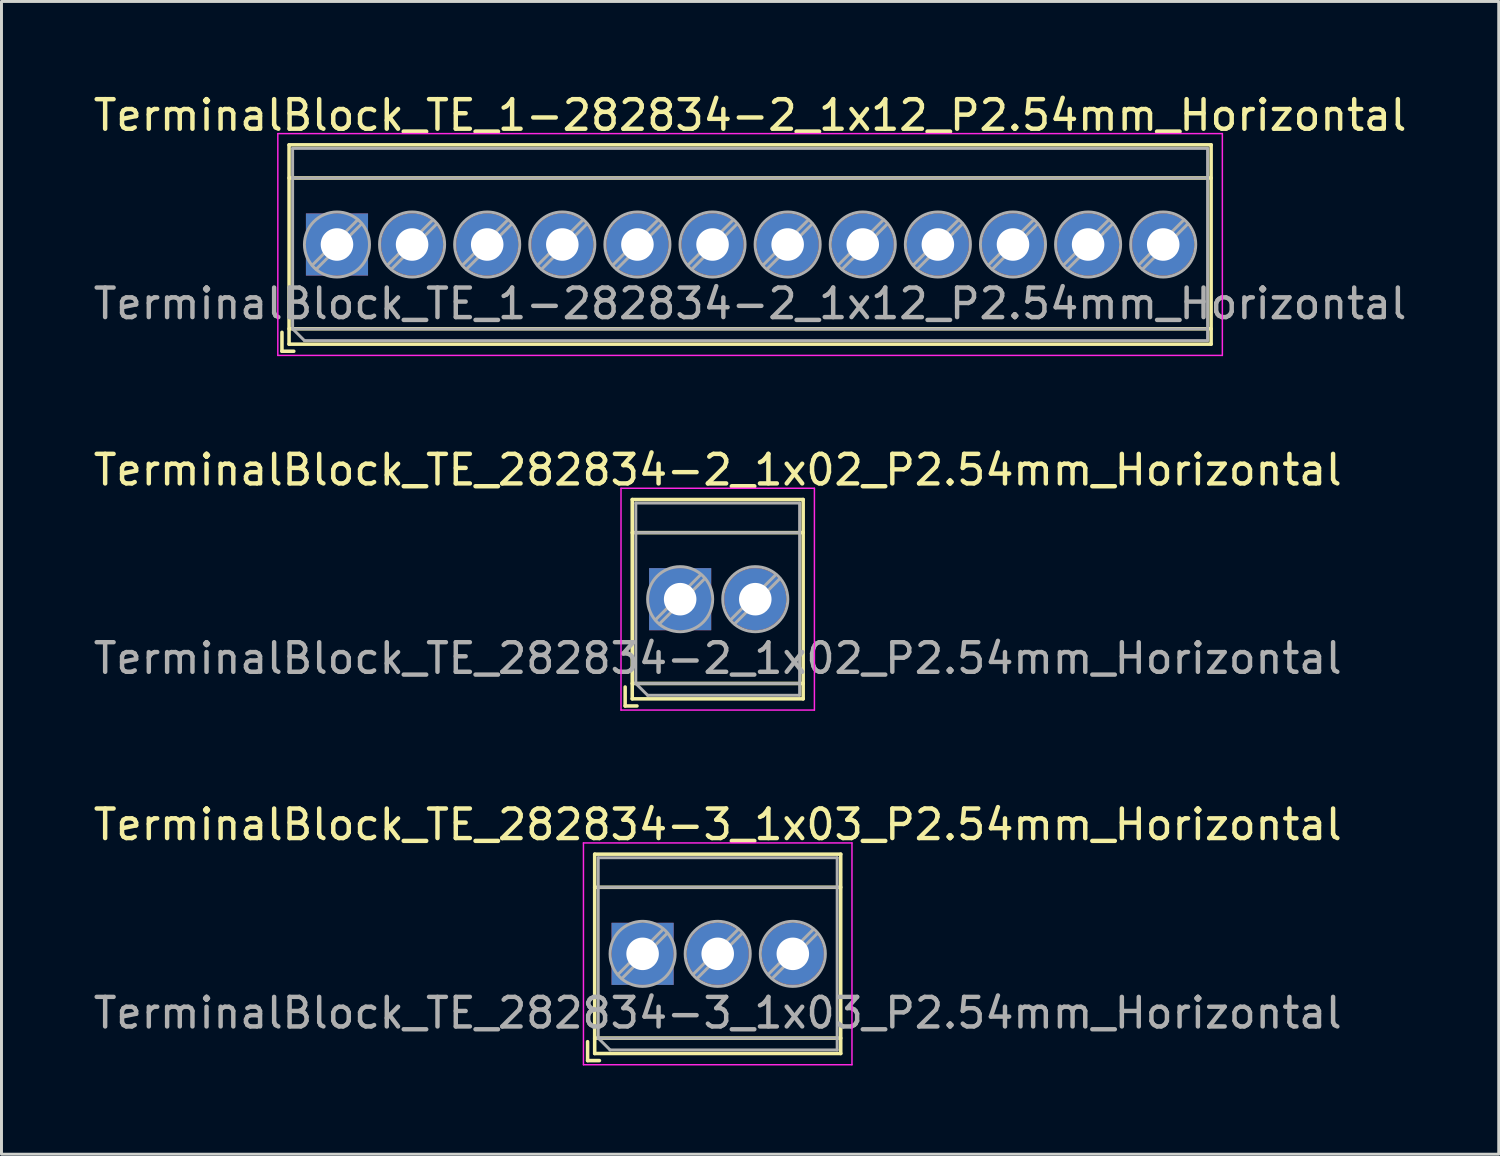
<source format=kicad_pcb>
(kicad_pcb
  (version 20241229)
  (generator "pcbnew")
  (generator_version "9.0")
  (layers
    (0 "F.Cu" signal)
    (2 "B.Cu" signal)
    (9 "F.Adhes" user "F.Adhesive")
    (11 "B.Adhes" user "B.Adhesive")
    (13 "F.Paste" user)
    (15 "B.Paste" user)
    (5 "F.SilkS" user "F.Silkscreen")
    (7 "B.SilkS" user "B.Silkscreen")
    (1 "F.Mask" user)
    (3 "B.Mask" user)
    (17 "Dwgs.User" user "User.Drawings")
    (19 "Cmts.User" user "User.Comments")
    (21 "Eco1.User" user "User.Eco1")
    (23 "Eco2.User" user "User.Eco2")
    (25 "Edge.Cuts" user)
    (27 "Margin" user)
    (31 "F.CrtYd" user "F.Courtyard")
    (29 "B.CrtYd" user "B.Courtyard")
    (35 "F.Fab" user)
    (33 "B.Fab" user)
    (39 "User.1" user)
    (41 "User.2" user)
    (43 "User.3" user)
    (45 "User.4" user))
  (footprint "TerminalBlock_TE_1-282834-2_1x12_P2.54mm_Horizontal"
    (layer "F.Cu")
    (at 8.345 5.218)
    (property "Reference" "TerminalBlock_TE_1-282834-2_1x12_P2.54mm_Horizontal" (at 13.97 -4.37 0) (layer "F.SilkS") (effects (font (size 1 1) (thickness 0.15))))
    (attr through_hole)
    (fp_line (start -1.86 2.97) (end -1.86 3.61) (stroke (width 0.12) (type solid)) (layer "F.SilkS"))
    (fp_line (start -1.86 3.61) (end -1.46 3.61) (stroke (width 0.12) (type solid)) (layer "F.SilkS"))
    (fp_line (start -1.62 -3.37) (end -1.62 3.37) (stroke (width 0.12) (type solid)) (layer "F.SilkS"))
    (fp_line (start -1.62 -3.37) (end 29.56 -3.37) (stroke (width 0.12) (type solid)) (layer "F.SilkS"))
    (fp_line (start -1.62 -2.25) (end 29.56 -2.25) (stroke (width 0.12) (type solid)) (layer "F.SilkS"))
    (fp_line (start -1.62 2.85) (end 29.56 2.85) (stroke (width 0.12) (type solid)) (layer "F.SilkS"))
    (fp_line (start -1.62 3.37) (end 29.56 3.37) (stroke (width 0.12) (type solid)) (layer "F.SilkS"))
    (fp_line (start 29.56 -3.37) (end 29.56 3.37) (stroke (width 0.12) (type solid)) (layer "F.SilkS"))
    (fp_line (start -2 -3.75) (end -2 3.75) (stroke (width 0.05) (type solid)) (layer "F.CrtYd"))
    (fp_line (start -2 3.75) (end 29.94 3.75) (stroke (width 0.05) (type solid)) (layer "F.CrtYd"))
    (fp_line (start 29.94 -3.75) (end -2 -3.75) (stroke (width 0.05) (type solid)) (layer "F.CrtYd"))
    (fp_line (start 29.94 3.75) (end 29.94 -3.75) (stroke (width 0.05) (type solid)) (layer "F.CrtYd"))
    (fp_line (start -1.5 -3.25) (end 29.44 -3.25) (stroke (width 0.1) (type solid)) (layer "F.Fab"))
    (fp_line (start -1.5 -2.25) (end 29.44 -2.25) (stroke (width 0.1) (type solid)) (layer "F.Fab"))
    (fp_line (start -1.5 2.85) (end -1.5 -3.25) (stroke (width 0.1) (type solid)) (layer "F.Fab"))
    (fp_line (start -1.5 2.85) (end 29.44 2.85) (stroke (width 0.1) (type solid)) (layer "F.Fab"))
    (fp_line (start -1.1 3.25) (end -1.5 2.85) (stroke (width 0.1) (type solid)) (layer "F.Fab"))
    (fp_line (start 0.701 -0.835) (end -0.835 0.7) (stroke (width 0.1) (type solid)) (layer "F.Fab"))
    (fp_line (start 0.835 -0.7) (end -0.701 0.835) (stroke (width 0.1) (type solid)) (layer "F.Fab"))
    (fp_line (start 3.241 -0.835) (end 1.706 0.7) (stroke (width 0.1) (type solid)) (layer "F.Fab"))
    (fp_line (start 3.375 -0.7) (end 1.84 0.835) (stroke (width 0.1) (type solid)) (layer "F.Fab"))
    (fp_line (start 5.781 -0.835) (end 4.246 0.7) (stroke (width 0.1) (type solid)) (layer "F.Fab"))
    (fp_line (start 5.915 -0.7) (end 4.38 0.835) (stroke (width 0.1) (type solid)) (layer "F.Fab"))
    (fp_line (start 8.321 -0.835) (end 6.786 0.7) (stroke (width 0.1) (type solid)) (layer "F.Fab"))
    (fp_line (start 8.455 -0.7) (end 6.92 0.835) (stroke (width 0.1) (type solid)) (layer "F.Fab"))
    (fp_line (start 10.861 -0.835) (end 9.326 0.7) (stroke (width 0.1) (type solid)) (layer "F.Fab"))
    (fp_line (start 10.995 -0.7) (end 9.46 0.835) (stroke (width 0.1) (type solid)) (layer "F.Fab"))
    (fp_line (start 13.401 -0.835) (end 11.866 0.7) (stroke (width 0.1) (type solid)) (layer "F.Fab"))
    (fp_line (start 13.535 -0.7) (end 12 0.835) (stroke (width 0.1) (type solid)) (layer "F.Fab"))
    (fp_line (start 15.941 -0.835) (end 14.406 0.7) (stroke (width 0.1) (type solid)) (layer "F.Fab"))
    (fp_line (start 16.075 -0.7) (end 14.54 0.835) (stroke (width 0.1) (type solid)) (layer "F.Fab"))
    (fp_line (start 18.481 -0.835) (end 16.946 0.7) (stroke (width 0.1) (type solid)) (layer "F.Fab"))
    (fp_line (start 18.615 -0.7) (end 17.08 0.835) (stroke (width 0.1) (type solid)) (layer "F.Fab"))
    (fp_line (start 21.021 -0.835) (end 19.486 0.7) (stroke (width 0.1) (type solid)) (layer "F.Fab"))
    (fp_line (start 21.155 -0.7) (end 19.62 0.835) (stroke (width 0.1) (type solid)) (layer "F.Fab"))
    (fp_line (start 23.561 -0.835) (end 22.026 0.7) (stroke (width 0.1) (type solid)) (layer "F.Fab"))
    (fp_line (start 23.695 -0.7) (end 22.16 0.835) (stroke (width 0.1) (type solid)) (layer "F.Fab"))
    (fp_line (start 26.101 -0.835) (end 24.566 0.7) (stroke (width 0.1) (type solid)) (layer "F.Fab"))
    (fp_line (start 26.235 -0.7) (end 24.7 0.835) (stroke (width 0.1) (type solid)) (layer "F.Fab"))
    (fp_line (start 28.641 -0.835) (end 27.106 0.7) (stroke (width 0.1) (type solid)) (layer "F.Fab"))
    (fp_line (start 28.775 -0.7) (end 27.24 0.835) (stroke (width 0.1) (type solid)) (layer "F.Fab"))
    (fp_line (start 29.44 -3.25) (end 29.44 3.25) (stroke (width 0.1) (type solid)) (layer "F.Fab"))
    (fp_line (start 29.44 3.25) (end -1.1 3.25) (stroke (width 0.1) (type solid)) (layer "F.Fab"))
    (fp_circle (center 0 0) (end 1.1 0) (stroke (width 0.1) (type solid)) (fill no) (layer "F.Fab"))
    (fp_circle (center 2.54 0) (end 3.64 0) (stroke (width 0.1) (type solid)) (fill no) (layer "F.Fab"))
    (fp_circle (center 5.08 0) (end 6.18 0) (stroke (width 0.1) (type solid)) (fill no) (layer "F.Fab"))
    (fp_circle (center 7.62 0) (end 8.72 0) (stroke (width 0.1) (type solid)) (fill no) (layer "F.Fab"))
    (fp_circle (center 10.16 0) (end 11.26 0) (stroke (width 0.1) (type solid)) (fill no) (layer "F.Fab"))
    (fp_circle (center 12.7 0) (end 13.8 0) (stroke (width 0.1) (type solid)) (fill no) (layer "F.Fab"))
    (fp_circle (center 15.24 0) (end 16.34 0) (stroke (width 0.1) (type solid)) (fill no) (layer "F.Fab"))
    (fp_circle (center 17.78 0) (end 18.88 0) (stroke (width 0.1) (type solid)) (fill no) (layer "F.Fab"))
    (fp_circle (center 20.32 0) (end 21.42 0) (stroke (width 0.1) (type solid)) (fill no) (layer "F.Fab"))
    (fp_circle (center 22.86 0) (end 23.96 0) (stroke (width 0.1) (type solid)) (fill no) (layer "F.Fab"))
    (fp_circle (center 25.4 0) (end 26.5 0) (stroke (width 0.1) (type solid)) (fill no) (layer "F.Fab"))
    (fp_circle (center 27.94 0) (end 29.04 0) (stroke (width 0.1) (type solid)) (fill no) (layer "F.Fab"))
    (fp_text user "${REFERENCE}" (at 13.97 2 0) (layer "F.Fab") (effects (font (size 1 1) (thickness 0.15))))
    (pad "1" thru_hole rect (at 0 0) (size 2.1 2.1) (drill 1.1) (layers "*.Cu" "*.Mask"))
    (pad "2" thru_hole circle (at 2.54 0) (size 2.1 2.1) (drill 1.1) (layers "*.Cu" "*.Mask"))
    (pad "3" thru_hole circle (at 5.08 0) (size 2.1 2.1) (drill 1.1) (layers "*.Cu" "*.Mask"))
    (pad "4" thru_hole circle (at 7.62 0) (size 2.1 2.1) (drill 1.1) (layers "*.Cu" "*.Mask"))
    (pad "5" thru_hole circle (at 10.16 0) (size 2.1 2.1) (drill 1.1) (layers "*.Cu" "*.Mask"))
    (pad "6" thru_hole circle (at 12.7 0) (size 2.1 2.1) (drill 1.1) (layers "*.Cu" "*.Mask"))
    (pad "7" thru_hole circle (at 15.24 0) (size 2.1 2.1) (drill 1.1) (layers "*.Cu" "*.Mask"))
    (pad "8" thru_hole circle (at 17.78 0) (size 2.1 2.1) (drill 1.1) (layers "*.Cu" "*.Mask"))
    (pad "9" thru_hole circle (at 20.32 0) (size 2.1 2.1) (drill 1.1) (layers "*.Cu" "*.Mask"))
    (pad "10" thru_hole circle (at 22.86 0) (size 2.1 2.1) (drill 1.1) (layers "*.Cu" "*.Mask"))
    (pad "11" thru_hole circle (at 25.4 0) (size 2.1 2.1) (drill 1.1) (layers "*.Cu" "*.Mask"))
    (pad "12" thru_hole circle (at 27.94 0) (size 2.1 2.1) (drill 1.1) (layers "*.Cu" "*.Mask")))
  (footprint "TerminalBlock_TE_282834-2_1x02_P2.54mm_Horizontal"
    (layer "F.Cu")
    (at 19.95 17.212)
    (property "Reference" "TerminalBlock_TE_282834-2_1x02_P2.54mm_Horizontal" (at 1.27 -4.37 0) (layer "F.SilkS") (effects (font (size 1 1) (thickness 0.15))))
    (attr through_hole)
    (fp_line (start -1.86 2.97) (end -1.86 3.61) (stroke (width 0.12) (type solid)) (layer "F.SilkS"))
    (fp_line (start -1.86 3.61) (end -1.46 3.61) (stroke (width 0.12) (type solid)) (layer "F.SilkS"))
    (fp_line (start -1.62 -3.37) (end -1.62 3.37) (stroke (width 0.12) (type solid)) (layer "F.SilkS"))
    (fp_line (start -1.62 -3.37) (end 4.16 -3.37) (stroke (width 0.12) (type solid)) (layer "F.SilkS"))
    (fp_line (start -1.62 -2.25) (end 4.16 -2.25) (stroke (width 0.12) (type solid)) (layer "F.SilkS"))
    (fp_line (start -1.62 2.85) (end 4.16 2.85) (stroke (width 0.12) (type solid)) (layer "F.SilkS"))
    (fp_line (start -1.62 3.37) (end 4.16 3.37) (stroke (width 0.12) (type solid)) (layer "F.SilkS"))
    (fp_line (start 4.16 -3.37) (end 4.16 3.37) (stroke (width 0.12) (type solid)) (layer "F.SilkS"))
    (fp_line (start -2 -3.75) (end -2 3.75) (stroke (width 0.05) (type solid)) (layer "F.CrtYd"))
    (fp_line (start -2 3.75) (end 4.54 3.75) (stroke (width 0.05) (type solid)) (layer "F.CrtYd"))
    (fp_line (start 4.54 -3.75) (end -2 -3.75) (stroke (width 0.05) (type solid)) (layer "F.CrtYd"))
    (fp_line (start 4.54 3.75) (end 4.54 -3.75) (stroke (width 0.05) (type solid)) (layer "F.CrtYd"))
    (fp_line (start -1.5 -3.25) (end 4.04 -3.25) (stroke (width 0.1) (type solid)) (layer "F.Fab"))
    (fp_line (start -1.5 -2.25) (end 4.04 -2.25) (stroke (width 0.1) (type solid)) (layer "F.Fab"))
    (fp_line (start -1.5 2.85) (end -1.5 -3.25) (stroke (width 0.1) (type solid)) (layer "F.Fab"))
    (fp_line (start -1.5 2.85) (end 4.04 2.85) (stroke (width 0.1) (type solid)) (layer "F.Fab"))
    (fp_line (start -1.1 3.25) (end -1.5 2.85) (stroke (width 0.1) (type solid)) (layer "F.Fab"))
    (fp_line (start 0.701 -0.835) (end -0.835 0.7) (stroke (width 0.1) (type solid)) (layer "F.Fab"))
    (fp_line (start 0.835 -0.7) (end -0.701 0.835) (stroke (width 0.1) (type solid)) (layer "F.Fab"))
    (fp_line (start 3.241 -0.835) (end 1.706 0.7) (stroke (width 0.1) (type solid)) (layer "F.Fab"))
    (fp_line (start 3.375 -0.7) (end 1.84 0.835) (stroke (width 0.1) (type solid)) (layer "F.Fab"))
    (fp_line (start 4.04 -3.25) (end 4.04 3.25) (stroke (width 0.1) (type solid)) (layer "F.Fab"))
    (fp_line (start 4.04 3.25) (end -1.1 3.25) (stroke (width 0.1) (type solid)) (layer "F.Fab"))
    (fp_circle (center 0 0) (end 1.1 0) (stroke (width 0.1) (type solid)) (fill no) (layer "F.Fab"))
    (fp_circle (center 2.54 0) (end 3.64 0) (stroke (width 0.1) (type solid)) (fill no) (layer "F.Fab"))
    (fp_text user "${REFERENCE}" (at 1.27 2 0) (layer "F.Fab") (effects (font (size 1 1) (thickness 0.15))))
    (pad "1" thru_hole rect (at 0 0) (size 2.1 2.1) (drill 1.1) (layers "*.Cu" "*.Mask"))
    (pad "2" thru_hole circle (at 2.54 0) (size 2.1 2.1) (drill 1.1) (layers "*.Cu" "*.Mask")))
  (footprint "TerminalBlock_TE_282834-3_1x03_P2.54mm_Horizontal"
    (layer "F.Cu")
    (at 18.68 29.205)
    (property "Reference" "TerminalBlock_TE_282834-3_1x03_P2.54mm_Horizontal" (at 2.54 -4.37 0) (layer "F.SilkS") (effects (font (size 1 1) (thickness 0.15))))
    (attr through_hole)
    (fp_line (start -1.86 2.97) (end -1.86 3.61) (stroke (width 0.12) (type solid)) (layer "F.SilkS"))
    (fp_line (start -1.86 3.61) (end -1.46 3.61) (stroke (width 0.12) (type solid)) (layer "F.SilkS"))
    (fp_line (start -1.62 -3.37) (end -1.62 3.37) (stroke (width 0.12) (type solid)) (layer "F.SilkS"))
    (fp_line (start -1.62 -3.37) (end 6.7 -3.37) (stroke (width 0.12) (type solid)) (layer "F.SilkS"))
    (fp_line (start -1.62 -2.25) (end 6.7 -2.25) (stroke (width 0.12) (type solid)) (layer "F.SilkS"))
    (fp_line (start -1.62 2.85) (end 6.7 2.85) (stroke (width 0.12) (type solid)) (layer "F.SilkS"))
    (fp_line (start -1.62 3.37) (end 6.7 3.37) (stroke (width 0.12) (type solid)) (layer "F.SilkS"))
    (fp_line (start 6.7 -3.37) (end 6.7 3.37) (stroke (width 0.12) (type solid)) (layer "F.SilkS"))
    (fp_line (start -2 -3.75) (end -2 3.75) (stroke (width 0.05) (type solid)) (layer "F.CrtYd"))
    (fp_line (start -2 3.75) (end 7.08 3.75) (stroke (width 0.05) (type solid)) (layer "F.CrtYd"))
    (fp_line (start 7.08 -3.75) (end -2 -3.75) (stroke (width 0.05) (type solid)) (layer "F.CrtYd"))
    (fp_line (start 7.08 3.75) (end 7.08 -3.75) (stroke (width 0.05) (type solid)) (layer "F.CrtYd"))
    (fp_line (start -1.5 -3.25) (end 6.58 -3.25) (stroke (width 0.1) (type solid)) (layer "F.Fab"))
    (fp_line (start -1.5 -2.25) (end 6.58 -2.25) (stroke (width 0.1) (type solid)) (layer "F.Fab"))
    (fp_line (start -1.5 2.85) (end -1.5 -3.25) (stroke (width 0.1) (type solid)) (layer "F.Fab"))
    (fp_line (start -1.5 2.85) (end 6.58 2.85) (stroke (width 0.1) (type solid)) (layer "F.Fab"))
    (fp_line (start -1.1 3.25) (end -1.5 2.85) (stroke (width 0.1) (type solid)) (layer "F.Fab"))
    (fp_line (start 0.701 -0.835) (end -0.835 0.7) (stroke (width 0.1) (type solid)) (layer "F.Fab"))
    (fp_line (start 0.835 -0.7) (end -0.701 0.835) (stroke (width 0.1) (type solid)) (layer "F.Fab"))
    (fp_line (start 3.241 -0.835) (end 1.706 0.7) (stroke (width 0.1) (type solid)) (layer "F.Fab"))
    (fp_line (start 3.375 -0.7) (end 1.84 0.835) (stroke (width 0.1) (type solid)) (layer "F.Fab"))
    (fp_line (start 5.781 -0.835) (end 4.246 0.7) (stroke (width 0.1) (type solid)) (layer "F.Fab"))
    (fp_line (start 5.915 -0.7) (end 4.38 0.835) (stroke (width 0.1) (type solid)) (layer "F.Fab"))
    (fp_line (start 6.58 -3.25) (end 6.58 3.25) (stroke (width 0.1) (type solid)) (layer "F.Fab"))
    (fp_line (start 6.58 3.25) (end -1.1 3.25) (stroke (width 0.1) (type solid)) (layer "F.Fab"))
    (fp_circle (center 0 0) (end 1.1 0) (stroke (width 0.1) (type solid)) (fill no) (layer "F.Fab"))
    (fp_circle (center 2.54 0) (end 3.64 0) (stroke (width 0.1) (type solid)) (fill no) (layer "F.Fab"))
    (fp_circle (center 5.08 0) (end 6.18 0) (stroke (width 0.1) (type solid)) (fill no) (layer "F.Fab"))
    (fp_text user "${REFERENCE}" (at 2.54 2 0) (layer "F.Fab") (effects (font (size 1 1) (thickness 0.15))))
    (pad "1" thru_hole rect (at 0 0) (size 2.1 2.1) (drill 1.1) (layers "*.Cu" "*.Mask"))
    (pad "2" thru_hole circle (at 2.54 0) (size 2.1 2.1) (drill 1.1) (layers "*.Cu" "*.Mask"))
    (pad "3" thru_hole circle (at 5.08 0) (size 2.1 2.1) (drill 1.1) (layers "*.Cu" "*.Mask")))
  (gr_rect
    (start -3 -3)
    (end 47.631 35.98)
    (stroke (width 0.1) (type default))
    (fill no)
    (layer "Edge.Cuts")))
</source>
